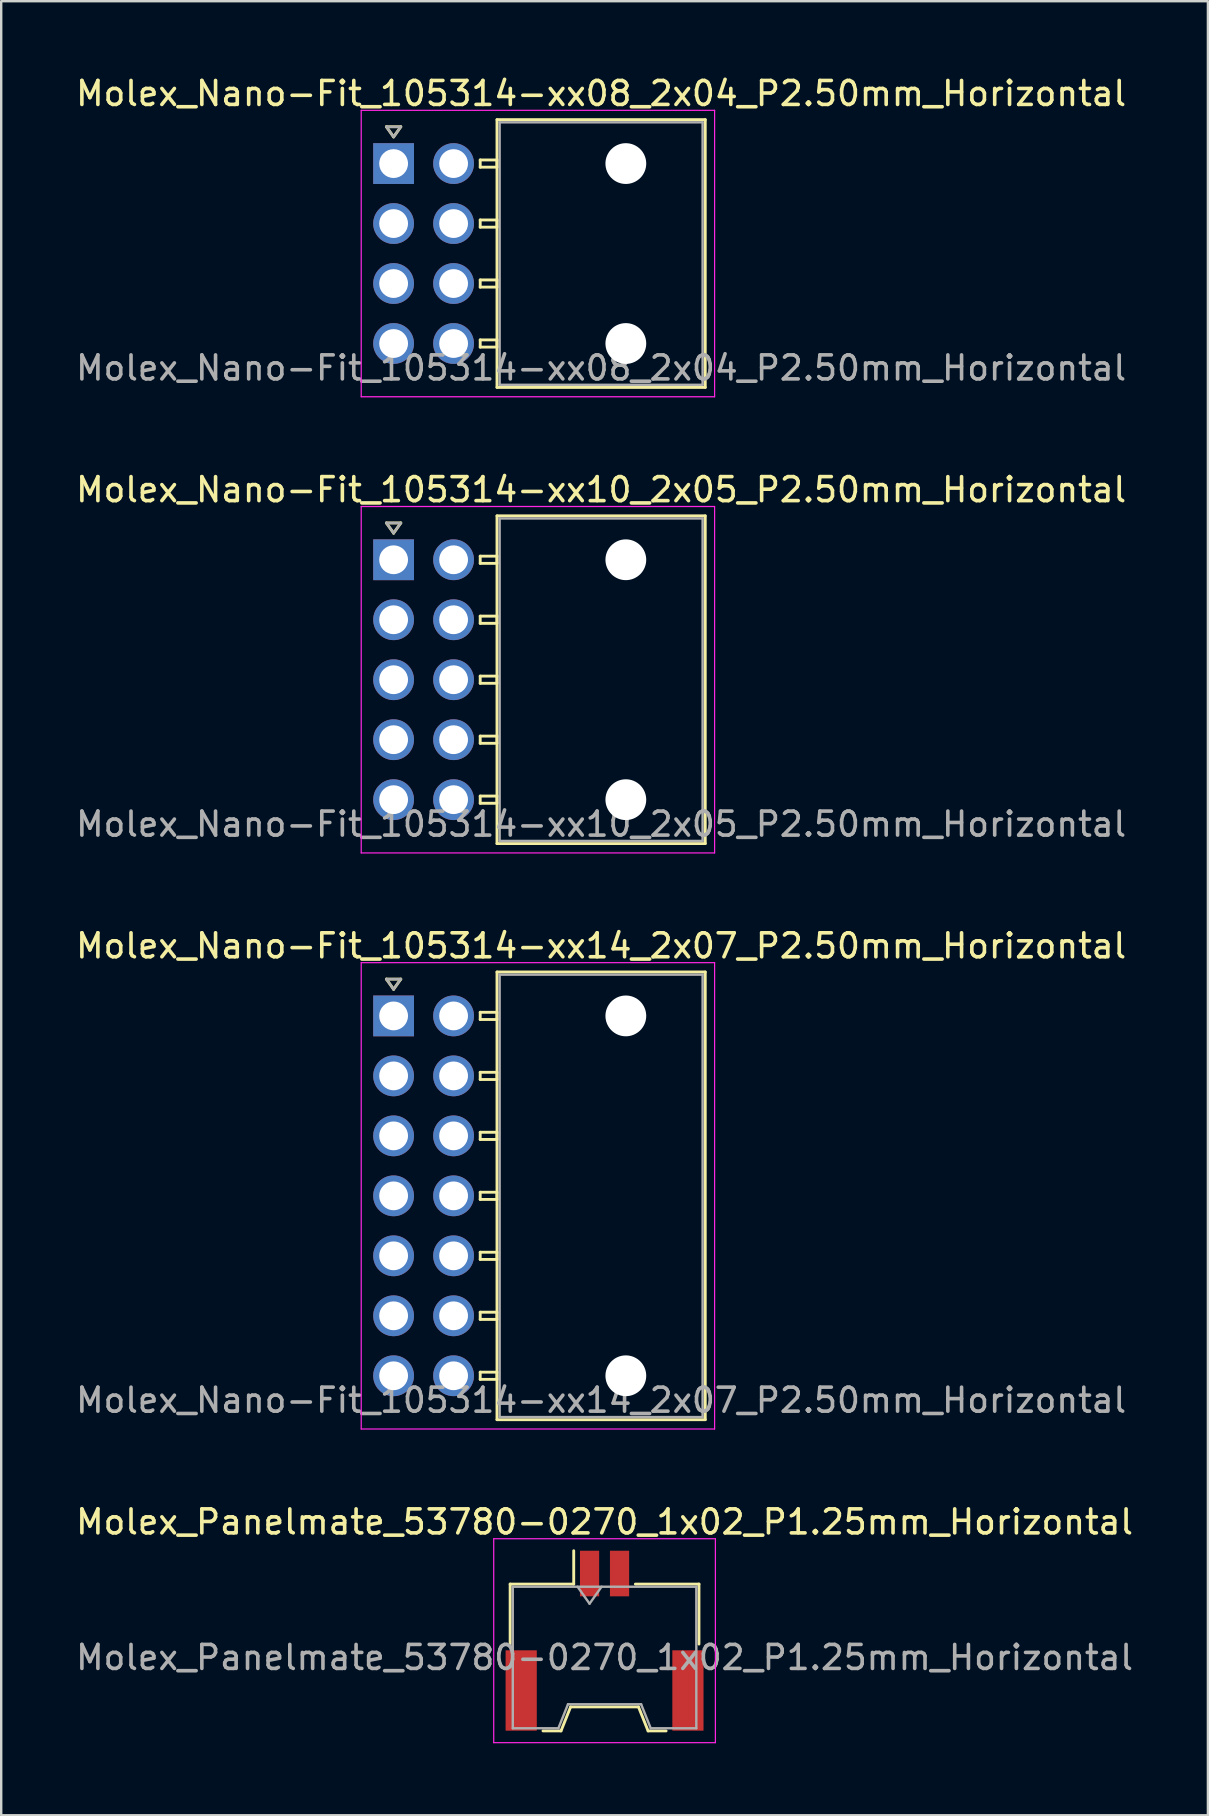
<source format=kicad_pcb>
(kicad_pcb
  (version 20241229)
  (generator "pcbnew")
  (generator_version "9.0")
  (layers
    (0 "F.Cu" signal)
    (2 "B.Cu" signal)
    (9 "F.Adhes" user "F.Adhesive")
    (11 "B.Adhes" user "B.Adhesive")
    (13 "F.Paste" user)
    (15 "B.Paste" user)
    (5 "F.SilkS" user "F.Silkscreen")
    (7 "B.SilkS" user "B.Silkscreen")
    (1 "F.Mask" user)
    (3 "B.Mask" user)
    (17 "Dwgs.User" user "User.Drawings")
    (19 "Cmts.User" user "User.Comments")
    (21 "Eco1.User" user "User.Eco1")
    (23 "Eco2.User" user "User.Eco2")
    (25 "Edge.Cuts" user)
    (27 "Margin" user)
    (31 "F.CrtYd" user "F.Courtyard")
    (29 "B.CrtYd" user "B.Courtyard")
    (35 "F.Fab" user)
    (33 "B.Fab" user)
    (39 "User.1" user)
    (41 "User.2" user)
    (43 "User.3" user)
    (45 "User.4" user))
  (footprint "Molex_Panelmate_53780-0270_1x02_P1.25mm_Horizontal"
    (layer "F.Cu")
    (at 22.149 65.338)
    (property "Reference" "Molex_Panelmate_53780-0270_1x02_P1.25mm_Horizontal" (at 0 -4.95 0) (layer "F.SilkS") (effects (font (size 1 1) (thickness 0.15))))
    (attr smd)
    (fp_line (start -3.935 -2.36) (end -1.285 -2.36) (stroke (width 0.12) (type solid)) (layer "F.SilkS"))
    (fp_line (start -3.935 0.14) (end -3.935 -2.36) (stroke (width 0.12) (type solid)) (layer "F.SilkS"))
    (fp_line (start -2.565 3.76) (end -1.815 3.76) (stroke (width 0.12) (type solid)) (layer "F.SilkS"))
    (fp_line (start -1.815 3.76) (end -1.415 2.76) (stroke (width 0.12) (type solid)) (layer "F.SilkS"))
    (fp_line (start -1.415 2.76) (end 1.415 2.76) (stroke (width 0.12) (type solid)) (layer "F.SilkS"))
    (fp_line (start -1.285 -2.36) (end -1.285 -3.75) (stroke (width 0.12) (type solid)) (layer "F.SilkS"))
    (fp_line (start 1.415 2.76) (end 1.815 3.76) (stroke (width 0.12) (type solid)) (layer "F.SilkS"))
    (fp_line (start 1.815 3.76) (end 2.565 3.76) (stroke (width 0.12) (type solid)) (layer "F.SilkS"))
    (fp_line (start 3.935 -2.36) (end 1.285 -2.36) (stroke (width 0.12) (type solid)) (layer "F.SilkS"))
    (fp_line (start 3.935 0.14) (end 3.935 -2.36) (stroke (width 0.12) (type solid)) (layer "F.SilkS"))
    (fp_line (start -4.62 -4.25) (end -4.62 4.25) (stroke (width 0.05) (type solid)) (layer "F.CrtYd"))
    (fp_line (start -4.62 4.25) (end 4.62 4.25) (stroke (width 0.05) (type solid)) (layer "F.CrtYd"))
    (fp_line (start 4.62 -4.25) (end -4.62 -4.25) (stroke (width 0.05) (type solid)) (layer "F.CrtYd"))
    (fp_line (start 4.62 4.25) (end 4.62 -4.25) (stroke (width 0.05) (type solid)) (layer "F.CrtYd"))
    (fp_line (start -3.825 -2.25) (end -3.825 3.65) (stroke (width 0.1) (type solid)) (layer "F.Fab"))
    (fp_line (start -3.825 -2.25) (end 3.825 -2.25) (stroke (width 0.1) (type solid)) (layer "F.Fab"))
    (fp_line (start -3.825 3.65) (end -1.925 3.65) (stroke (width 0.1) (type solid)) (layer "F.Fab"))
    (fp_line (start -1.925 3.65) (end -1.525 2.65) (stroke (width 0.1) (type solid)) (layer "F.Fab"))
    (fp_line (start -1.525 2.65) (end 1.525 2.65) (stroke (width 0.1) (type solid)) (layer "F.Fab"))
    (fp_line (start -1.125 -2.25) (end -0.625 -1.543) (stroke (width 0.1) (type solid)) (layer "F.Fab"))
    (fp_line (start -0.625 -1.543) (end -0.125 -2.25) (stroke (width 0.1) (type solid)) (layer "F.Fab"))
    (fp_line (start 1.525 2.65) (end 1.925 3.65) (stroke (width 0.1) (type solid)) (layer "F.Fab"))
    (fp_line (start 1.925 3.65) (end 3.825 3.65) (stroke (width 0.1) (type solid)) (layer "F.Fab"))
    (fp_line (start 3.825 -2.25) (end 3.825 3.65) (stroke (width 0.1) (type solid)) (layer "F.Fab"))
    (fp_text user "${REFERENCE}" (at 0 0.7 0) (layer "F.Fab") (effects (font (size 1 1) (thickness 0.15))))
    (pad "" smd rect (at -3.475 2.075) (size 1.3 3.35) (layers "F.Cu" "F.Mask" "F.Paste"))
    (pad "" smd rect (at 3.475 2.075) (size 1.3 3.35) (layers "F.Cu" "F.Mask" "F.Paste"))
    (pad "1" smd rect (at -0.625 -2.8) (size 0.8 1.9) (layers "F.Cu" "F.Mask" "F.Paste"))
    (pad "2" smd rect (at 0.625 -2.8) (size 0.8 1.9) (layers "F.Cu" "F.Mask" "F.Paste")))
  (footprint "Molex_Nano-Fit_105314-xx08_2x04_P2.50mm_Horizontal"
    (layer "F.Cu")
    (at 13.356 3.768)
    (property "Reference" "Molex_Nano-Fit_105314-xx08_2x04_P2.50mm_Horizontal" (at 8.65 -2.92 0) (layer "F.SilkS") (effects (font (size 1 1) (thickness 0.15))))
    (attr through_hole)
    (fp_line (start -0.3 -1.534) (end 0 -1.11) (stroke (width 0.12) (type solid)) (layer "F.SilkS"))
    (fp_line (start 0 -1.11) (end 0.3 -1.534) (stroke (width 0.12) (type solid)) (layer "F.SilkS"))
    (fp_line (start 0.3 -1.534) (end -0.3 -1.534) (stroke (width 0.12) (type solid)) (layer "F.SilkS"))
    (fp_line (start 3.61 -0.15) (end 3.61 0.15) (stroke (width 0.12) (type solid)) (layer "F.SilkS"))
    (fp_line (start 3.61 0.15) (end 4.31 0.15) (stroke (width 0.12) (type solid)) (layer "F.SilkS"))
    (fp_line (start 3.61 2.35) (end 3.61 2.65) (stroke (width 0.12) (type solid)) (layer "F.SilkS"))
    (fp_line (start 3.61 2.65) (end 4.31 2.65) (stroke (width 0.12) (type solid)) (layer "F.SilkS"))
    (fp_line (start 3.61 4.85) (end 3.61 5.15) (stroke (width 0.12) (type solid)) (layer "F.SilkS"))
    (fp_line (start 3.61 5.15) (end 4.31 5.15) (stroke (width 0.12) (type solid)) (layer "F.SilkS"))
    (fp_line (start 3.61 7.35) (end 3.61 7.65) (stroke (width 0.12) (type solid)) (layer "F.SilkS"))
    (fp_line (start 3.61 7.65) (end 4.31 7.65) (stroke (width 0.12) (type solid)) (layer "F.SilkS"))
    (fp_line (start 4.31 -1.83) (end 4.31 9.33) (stroke (width 0.12) (type solid)) (layer "F.SilkS"))
    (fp_line (start 4.31 -0.15) (end 3.61 -0.15) (stroke (width 0.12) (type solid)) (layer "F.SilkS"))
    (fp_line (start 4.31 0.15) (end 4.31 -0.15) (stroke (width 0.12) (type solid)) (layer "F.SilkS"))
    (fp_line (start 4.31 2.35) (end 3.61 2.35) (stroke (width 0.12) (type solid)) (layer "F.SilkS"))
    (fp_line (start 4.31 2.65) (end 4.31 2.35) (stroke (width 0.12) (type solid)) (layer "F.SilkS"))
    (fp_line (start 4.31 4.85) (end 3.61 4.85) (stroke (width 0.12) (type solid)) (layer "F.SilkS"))
    (fp_line (start 4.31 5.15) (end 4.31 4.85) (stroke (width 0.12) (type solid)) (layer "F.SilkS"))
    (fp_line (start 4.31 7.35) (end 3.61 7.35) (stroke (width 0.12) (type solid)) (layer "F.SilkS"))
    (fp_line (start 4.31 7.65) (end 4.31 7.35) (stroke (width 0.12) (type solid)) (layer "F.SilkS"))
    (fp_line (start 4.31 9.33) (end 12.99 9.33) (stroke (width 0.12) (type solid)) (layer "F.SilkS"))
    (fp_line (start 12.99 -1.83) (end 4.31 -1.83) (stroke (width 0.12) (type solid)) (layer "F.SilkS"))
    (fp_line (start 12.99 9.33) (end 12.99 -1.83) (stroke (width 0.12) (type solid)) (layer "F.SilkS"))
    (fp_line (start -1.35 -2.22) (end -1.35 9.72) (stroke (width 0.05) (type solid)) (layer "F.CrtYd"))
    (fp_line (start -1.35 9.72) (end 13.38 9.72) (stroke (width 0.05) (type solid)) (layer "F.CrtYd"))
    (fp_line (start 13.38 -2.22) (end -1.35 -2.22) (stroke (width 0.05) (type solid)) (layer "F.CrtYd"))
    (fp_line (start 13.38 9.72) (end 13.38 -2.22) (stroke (width 0.05) (type solid)) (layer "F.CrtYd"))
    (fp_line (start -0.3 -1.534) (end 0 -1.11) (stroke (width 0.1) (type solid)) (layer "F.Fab"))
    (fp_line (start 0 -1.11) (end 0.3 -1.534) (stroke (width 0.1) (type solid)) (layer "F.Fab"))
    (fp_line (start 0.3 -1.534) (end -0.3 -1.534) (stroke (width 0.1) (type solid)) (layer "F.Fab"))
    (fp_line (start 4.42 -1.72) (end 4.42 9.22) (stroke (width 0.1) (type solid)) (layer "F.Fab"))
    (fp_line (start 4.42 9.22) (end 12.88 9.22) (stroke (width 0.1) (type solid)) (layer "F.Fab"))
    (fp_line (start 12.88 -1.72) (end 4.42 -1.72) (stroke (width 0.1) (type solid)) (layer "F.Fab"))
    (fp_line (start 12.88 9.22) (end 12.88 -1.72) (stroke (width 0.1) (type solid)) (layer "F.Fab"))
    (fp_text user "${REFERENCE}" (at 8.65 8.52 0) (layer "F.Fab") (effects (font (size 1 1) (thickness 0.15))))
    (pad "" np_thru_hole circle (at 9.68 0) (size 1.7 1.7) (drill 1.7) (layers "*.Cu" "*.Mask"))
    (pad "" np_thru_hole circle (at 9.68 7.5) (size 1.7 1.7) (drill 1.7) (layers "*.Cu" "*.Mask"))
    (pad "1" thru_hole rect (at 0 0) (size 1.7 1.7) (drill 1.2) (layers "*.Cu" "*.Mask"))
    (pad "2" thru_hole circle (at 0 2.5) (size 1.7 1.7) (drill 1.2) (layers "*.Cu" "*.Mask"))
    (pad "3" thru_hole circle (at 0 5) (size 1.7 1.7) (drill 1.2) (layers "*.Cu" "*.Mask"))
    (pad "4" thru_hole circle (at 0 7.5) (size 1.7 1.7) (drill 1.2) (layers "*.Cu" "*.Mask"))
    (pad "5" thru_hole circle (at 2.5 0) (size 1.7 1.7) (drill 1.2) (layers "*.Cu" "*.Mask"))
    (pad "6" thru_hole circle (at 2.5 2.5) (size 1.7 1.7) (drill 1.2) (layers "*.Cu" "*.Mask"))
    (pad "7" thru_hole circle (at 2.5 5) (size 1.7 1.7) (drill 1.2) (layers "*.Cu" "*.Mask"))
    (pad "8" thru_hole circle (at 2.5 7.5) (size 1.7 1.7) (drill 1.2) (layers "*.Cu" "*.Mask")))
  (footprint "Molex_Nano-Fit_105314-xx10_2x05_P2.50mm_Horizontal"
    (layer "F.Cu")
    (at 13.356 20.282)
    (property "Reference" "Molex_Nano-Fit_105314-xx10_2x05_P2.50mm_Horizontal" (at 8.65 -2.92 0) (layer "F.SilkS") (effects (font (size 1 1) (thickness 0.15))))
    (attr through_hole)
    (fp_line (start -0.3 -1.534) (end 0 -1.11) (stroke (width 0.12) (type solid)) (layer "F.SilkS"))
    (fp_line (start 0 -1.11) (end 0.3 -1.534) (stroke (width 0.12) (type solid)) (layer "F.SilkS"))
    (fp_line (start 0.3 -1.534) (end -0.3 -1.534) (stroke (width 0.12) (type solid)) (layer "F.SilkS"))
    (fp_line (start 3.61 -0.15) (end 3.61 0.15) (stroke (width 0.12) (type solid)) (layer "F.SilkS"))
    (fp_line (start 3.61 0.15) (end 4.31 0.15) (stroke (width 0.12) (type solid)) (layer "F.SilkS"))
    (fp_line (start 3.61 2.35) (end 3.61 2.65) (stroke (width 0.12) (type solid)) (layer "F.SilkS"))
    (fp_line (start 3.61 2.65) (end 4.31 2.65) (stroke (width 0.12) (type solid)) (layer "F.SilkS"))
    (fp_line (start 3.61 4.85) (end 3.61 5.15) (stroke (width 0.12) (type solid)) (layer "F.SilkS"))
    (fp_line (start 3.61 5.15) (end 4.31 5.15) (stroke (width 0.12) (type solid)) (layer "F.SilkS"))
    (fp_line (start 3.61 7.35) (end 3.61 7.65) (stroke (width 0.12) (type solid)) (layer "F.SilkS"))
    (fp_line (start 3.61 7.65) (end 4.31 7.65) (stroke (width 0.12) (type solid)) (layer "F.SilkS"))
    (fp_line (start 3.61 9.85) (end 3.61 10.15) (stroke (width 0.12) (type solid)) (layer "F.SilkS"))
    (fp_line (start 3.61 10.15) (end 4.31 10.15) (stroke (width 0.12) (type solid)) (layer "F.SilkS"))
    (fp_line (start 4.31 -1.83) (end 4.31 11.83) (stroke (width 0.12) (type solid)) (layer "F.SilkS"))
    (fp_line (start 4.31 -0.15) (end 3.61 -0.15) (stroke (width 0.12) (type solid)) (layer "F.SilkS"))
    (fp_line (start 4.31 0.15) (end 4.31 -0.15) (stroke (width 0.12) (type solid)) (layer "F.SilkS"))
    (fp_line (start 4.31 2.35) (end 3.61 2.35) (stroke (width 0.12) (type solid)) (layer "F.SilkS"))
    (fp_line (start 4.31 2.65) (end 4.31 2.35) (stroke (width 0.12) (type solid)) (layer "F.SilkS"))
    (fp_line (start 4.31 4.85) (end 3.61 4.85) (stroke (width 0.12) (type solid)) (layer "F.SilkS"))
    (fp_line (start 4.31 5.15) (end 4.31 4.85) (stroke (width 0.12) (type solid)) (layer "F.SilkS"))
    (fp_line (start 4.31 7.35) (end 3.61 7.35) (stroke (width 0.12) (type solid)) (layer "F.SilkS"))
    (fp_line (start 4.31 7.65) (end 4.31 7.35) (stroke (width 0.12) (type solid)) (layer "F.SilkS"))
    (fp_line (start 4.31 9.85) (end 3.61 9.85) (stroke (width 0.12) (type solid)) (layer "F.SilkS"))
    (fp_line (start 4.31 10.15) (end 4.31 9.85) (stroke (width 0.12) (type solid)) (layer "F.SilkS"))
    (fp_line (start 4.31 11.83) (end 12.99 11.83) (stroke (width 0.12) (type solid)) (layer "F.SilkS"))
    (fp_line (start 12.99 -1.83) (end 4.31 -1.83) (stroke (width 0.12) (type solid)) (layer "F.SilkS"))
    (fp_line (start 12.99 11.83) (end 12.99 -1.83) (stroke (width 0.12) (type solid)) (layer "F.SilkS"))
    (fp_line (start -1.35 -2.22) (end -1.35 12.22) (stroke (width 0.05) (type solid)) (layer "F.CrtYd"))
    (fp_line (start -1.35 12.22) (end 13.38 12.22) (stroke (width 0.05) (type solid)) (layer "F.CrtYd"))
    (fp_line (start 13.38 -2.22) (end -1.35 -2.22) (stroke (width 0.05) (type solid)) (layer "F.CrtYd"))
    (fp_line (start 13.38 12.22) (end 13.38 -2.22) (stroke (width 0.05) (type solid)) (layer "F.CrtYd"))
    (fp_line (start -0.3 -1.534) (end 0 -1.11) (stroke (width 0.1) (type solid)) (layer "F.Fab"))
    (fp_line (start 0 -1.11) (end 0.3 -1.534) (stroke (width 0.1) (type solid)) (layer "F.Fab"))
    (fp_line (start 0.3 -1.534) (end -0.3 -1.534) (stroke (width 0.1) (type solid)) (layer "F.Fab"))
    (fp_line (start 4.42 -1.72) (end 4.42 11.72) (stroke (width 0.1) (type solid)) (layer "F.Fab"))
    (fp_line (start 4.42 11.72) (end 12.88 11.72) (stroke (width 0.1) (type solid)) (layer "F.Fab"))
    (fp_line (start 12.88 -1.72) (end 4.42 -1.72) (stroke (width 0.1) (type solid)) (layer "F.Fab"))
    (fp_line (start 12.88 11.72) (end 12.88 -1.72) (stroke (width 0.1) (type solid)) (layer "F.Fab"))
    (fp_text user "${REFERENCE}" (at 8.65 11.02 0) (layer "F.Fab") (effects (font (size 1 1) (thickness 0.15))))
    (pad "" np_thru_hole circle (at 9.68 0) (size 1.7 1.7) (drill 1.7) (layers "*.Cu" "*.Mask"))
    (pad "" np_thru_hole circle (at 9.68 10) (size 1.7 1.7) (drill 1.7) (layers "*.Cu" "*.Mask"))
    (pad "1" thru_hole rect (at 0 0) (size 1.7 1.7) (drill 1.2) (layers "*.Cu" "*.Mask"))
    (pad "2" thru_hole circle (at 0 2.5) (size 1.7 1.7) (drill 1.2) (layers "*.Cu" "*.Mask"))
    (pad "3" thru_hole circle (at 0 5) (size 1.7 1.7) (drill 1.2) (layers "*.Cu" "*.Mask"))
    (pad "4" thru_hole circle (at 0 7.5) (size 1.7 1.7) (drill 1.2) (layers "*.Cu" "*.Mask"))
    (pad "5" thru_hole circle (at 0 10) (size 1.7 1.7) (drill 1.2) (layers "*.Cu" "*.Mask"))
    (pad "6" thru_hole circle (at 2.5 0) (size 1.7 1.7) (drill 1.2) (layers "*.Cu" "*.Mask"))
    (pad "7" thru_hole circle (at 2.5 2.5) (size 1.7 1.7) (drill 1.2) (layers "*.Cu" "*.Mask"))
    (pad "8" thru_hole circle (at 2.5 5) (size 1.7 1.7) (drill 1.2) (layers "*.Cu" "*.Mask"))
    (pad "9" thru_hole circle (at 2.5 7.5) (size 1.7 1.7) (drill 1.2) (layers "*.Cu" "*.Mask"))
    (pad "10" thru_hole circle (at 2.5 10) (size 1.7 1.7) (drill 1.2) (layers "*.Cu" "*.Mask")))
  (footprint "Molex_Nano-Fit_105314-xx14_2x07_P2.50mm_Horizontal"
    (layer "F.Cu")
    (at 13.356 39.295)
    (property "Reference" "Molex_Nano-Fit_105314-xx14_2x07_P2.50mm_Horizontal" (at 8.65 -2.92 0) (layer "F.SilkS") (effects (font (size 1 1) (thickness 0.15))))
    (attr through_hole)
    (fp_line (start -0.3 -1.534) (end 0 -1.11) (stroke (width 0.12) (type solid)) (layer "F.SilkS"))
    (fp_line (start 0 -1.11) (end 0.3 -1.534) (stroke (width 0.12) (type solid)) (layer "F.SilkS"))
    (fp_line (start 0.3 -1.534) (end -0.3 -1.534) (stroke (width 0.12) (type solid)) (layer "F.SilkS"))
    (fp_line (start 3.61 -0.15) (end 3.61 0.15) (stroke (width 0.12) (type solid)) (layer "F.SilkS"))
    (fp_line (start 3.61 0.15) (end 4.31 0.15) (stroke (width 0.12) (type solid)) (layer "F.SilkS"))
    (fp_line (start 3.61 2.35) (end 3.61 2.65) (stroke (width 0.12) (type solid)) (layer "F.SilkS"))
    (fp_line (start 3.61 2.65) (end 4.31 2.65) (stroke (width 0.12) (type solid)) (layer "F.SilkS"))
    (fp_line (start 3.61 4.85) (end 3.61 5.15) (stroke (width 0.12) (type solid)) (layer "F.SilkS"))
    (fp_line (start 3.61 5.15) (end 4.31 5.15) (stroke (width 0.12) (type solid)) (layer "F.SilkS"))
    (fp_line (start 3.61 7.35) (end 3.61 7.65) (stroke (width 0.12) (type solid)) (layer "F.SilkS"))
    (fp_line (start 3.61 7.65) (end 4.31 7.65) (stroke (width 0.12) (type solid)) (layer "F.SilkS"))
    (fp_line (start 3.61 9.85) (end 3.61 10.15) (stroke (width 0.12) (type solid)) (layer "F.SilkS"))
    (fp_line (start 3.61 10.15) (end 4.31 10.15) (stroke (width 0.12) (type solid)) (layer "F.SilkS"))
    (fp_line (start 3.61 12.35) (end 3.61 12.65) (stroke (width 0.12) (type solid)) (layer "F.SilkS"))
    (fp_line (start 3.61 12.65) (end 4.31 12.65) (stroke (width 0.12) (type solid)) (layer "F.SilkS"))
    (fp_line (start 3.61 14.85) (end 3.61 15.15) (stroke (width 0.12) (type solid)) (layer "F.SilkS"))
    (fp_line (start 3.61 15.15) (end 4.31 15.15) (stroke (width 0.12) (type solid)) (layer "F.SilkS"))
    (fp_line (start 4.31 -1.83) (end 4.31 16.83) (stroke (width 0.12) (type solid)) (layer "F.SilkS"))
    (fp_line (start 4.31 -0.15) (end 3.61 -0.15) (stroke (width 0.12) (type solid)) (layer "F.SilkS"))
    (fp_line (start 4.31 0.15) (end 4.31 -0.15) (stroke (width 0.12) (type solid)) (layer "F.SilkS"))
    (fp_line (start 4.31 2.35) (end 3.61 2.35) (stroke (width 0.12) (type solid)) (layer "F.SilkS"))
    (fp_line (start 4.31 2.65) (end 4.31 2.35) (stroke (width 0.12) (type solid)) (layer "F.SilkS"))
    (fp_line (start 4.31 4.85) (end 3.61 4.85) (stroke (width 0.12) (type solid)) (layer "F.SilkS"))
    (fp_line (start 4.31 5.15) (end 4.31 4.85) (stroke (width 0.12) (type solid)) (layer "F.SilkS"))
    (fp_line (start 4.31 7.35) (end 3.61 7.35) (stroke (width 0.12) (type solid)) (layer "F.SilkS"))
    (fp_line (start 4.31 7.65) (end 4.31 7.35) (stroke (width 0.12) (type solid)) (layer "F.SilkS"))
    (fp_line (start 4.31 9.85) (end 3.61 9.85) (stroke (width 0.12) (type solid)) (layer "F.SilkS"))
    (fp_line (start 4.31 10.15) (end 4.31 9.85) (stroke (width 0.12) (type solid)) (layer "F.SilkS"))
    (fp_line (start 4.31 12.35) (end 3.61 12.35) (stroke (width 0.12) (type solid)) (layer "F.SilkS"))
    (fp_line (start 4.31 12.65) (end 4.31 12.35) (stroke (width 0.12) (type solid)) (layer "F.SilkS"))
    (fp_line (start 4.31 14.85) (end 3.61 14.85) (stroke (width 0.12) (type solid)) (layer "F.SilkS"))
    (fp_line (start 4.31 15.15) (end 4.31 14.85) (stroke (width 0.12) (type solid)) (layer "F.SilkS"))
    (fp_line (start 4.31 16.83) (end 12.99 16.83) (stroke (width 0.12) (type solid)) (layer "F.SilkS"))
    (fp_line (start 12.99 -1.83) (end 4.31 -1.83) (stroke (width 0.12) (type solid)) (layer "F.SilkS"))
    (fp_line (start 12.99 16.83) (end 12.99 -1.83) (stroke (width 0.12) (type solid)) (layer "F.SilkS"))
    (fp_line (start -1.35 -2.22) (end -1.35 17.22) (stroke (width 0.05) (type solid)) (layer "F.CrtYd"))
    (fp_line (start -1.35 17.22) (end 13.38 17.22) (stroke (width 0.05) (type solid)) (layer "F.CrtYd"))
    (fp_line (start 13.38 -2.22) (end -1.35 -2.22) (stroke (width 0.05) (type solid)) (layer "F.CrtYd"))
    (fp_line (start 13.38 17.22) (end 13.38 -2.22) (stroke (width 0.05) (type solid)) (layer "F.CrtYd"))
    (fp_line (start -0.3 -1.534) (end 0 -1.11) (stroke (width 0.1) (type solid)) (layer "F.Fab"))
    (fp_line (start 0 -1.11) (end 0.3 -1.534) (stroke (width 0.1) (type solid)) (layer "F.Fab"))
    (fp_line (start 0.3 -1.534) (end -0.3 -1.534) (stroke (width 0.1) (type solid)) (layer "F.Fab"))
    (fp_line (start 4.42 -1.72) (end 4.42 16.72) (stroke (width 0.1) (type solid)) (layer "F.Fab"))
    (fp_line (start 4.42 16.72) (end 12.88 16.72) (stroke (width 0.1) (type solid)) (layer "F.Fab"))
    (fp_line (start 12.88 -1.72) (end 4.42 -1.72) (stroke (width 0.1) (type solid)) (layer "F.Fab"))
    (fp_line (start 12.88 16.72) (end 12.88 -1.72) (stroke (width 0.1) (type solid)) (layer "F.Fab"))
    (fp_text user "${REFERENCE}" (at 8.65 16.02 0) (layer "F.Fab") (effects (font (size 1 1) (thickness 0.15))))
    (pad "" np_thru_hole circle (at 9.68 0) (size 1.7 1.7) (drill 1.7) (layers "*.Cu" "*.Mask"))
    (pad "" np_thru_hole circle (at 9.68 15) (size 1.7 1.7) (drill 1.7) (layers "*.Cu" "*.Mask"))
    (pad "1" thru_hole rect (at 0 0) (size 1.7 1.7) (drill 1.2) (layers "*.Cu" "*.Mask"))
    (pad "2" thru_hole circle (at 0 2.5) (size 1.7 1.7) (drill 1.2) (layers "*.Cu" "*.Mask"))
    (pad "3" thru_hole circle (at 0 5) (size 1.7 1.7) (drill 1.2) (layers "*.Cu" "*.Mask"))
    (pad "4" thru_hole circle (at 0 7.5) (size 1.7 1.7) (drill 1.2) (layers "*.Cu" "*.Mask"))
    (pad "5" thru_hole circle (at 0 10) (size 1.7 1.7) (drill 1.2) (layers "*.Cu" "*.Mask"))
    (pad "6" thru_hole circle (at 0 12.5) (size 1.7 1.7) (drill 1.2) (layers "*.Cu" "*.Mask"))
    (pad "7" thru_hole circle (at 0 15) (size 1.7 1.7) (drill 1.2) (layers "*.Cu" "*.Mask"))
    (pad "8" thru_hole circle (at 2.5 0) (size 1.7 1.7) (drill 1.2) (layers "*.Cu" "*.Mask"))
    (pad "9" thru_hole circle (at 2.5 2.5) (size 1.7 1.7) (drill 1.2) (layers "*.Cu" "*.Mask"))
    (pad "10" thru_hole circle (at 2.5 5) (size 1.7 1.7) (drill 1.2) (layers "*.Cu" "*.Mask"))
    (pad "11" thru_hole circle (at 2.5 7.5) (size 1.7 1.7) (drill 1.2) (layers "*.Cu" "*.Mask"))
    (pad "12" thru_hole circle (at 2.5 10) (size 1.7 1.7) (drill 1.2) (layers "*.Cu" "*.Mask"))
    (pad "13" thru_hole circle (at 2.5 12.5) (size 1.7 1.7) (drill 1.2) (layers "*.Cu" "*.Mask"))
    (pad "14" thru_hole circle (at 2.5 15) (size 1.7 1.7) (drill 1.2) (layers "*.Cu" "*.Mask")))
  (gr_rect
    (start -3 -3)
    (end 47.298 72.613)
    (stroke (width 0.1) (type default))
    (fill no)
    (layer "Edge.Cuts")))
</source>
